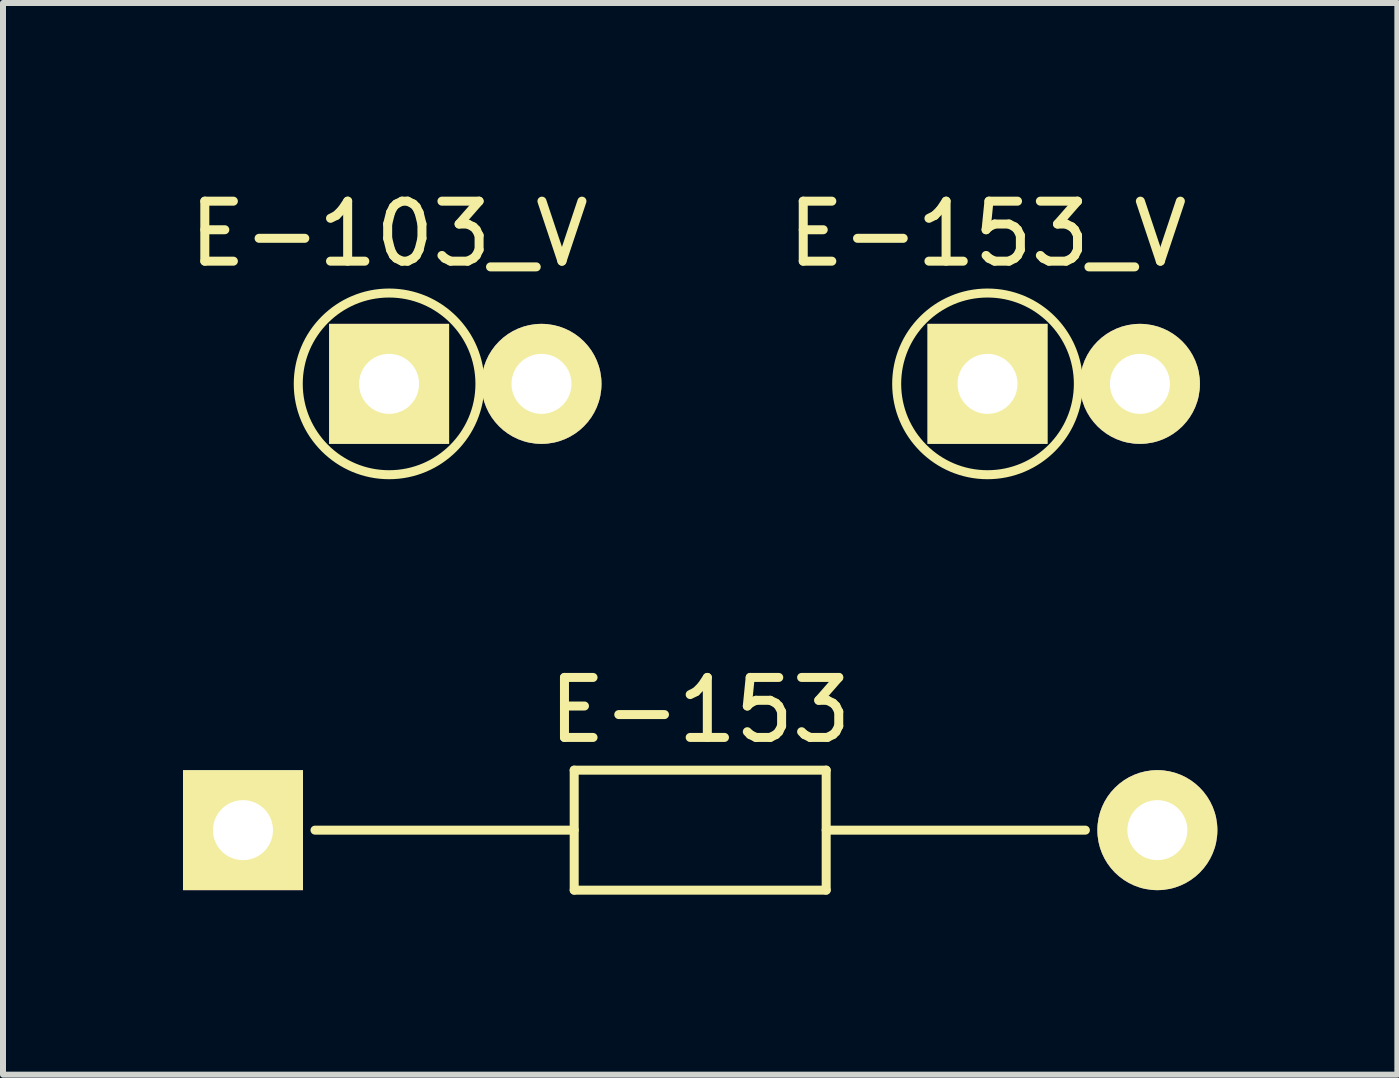
<source format=kicad_pcb>
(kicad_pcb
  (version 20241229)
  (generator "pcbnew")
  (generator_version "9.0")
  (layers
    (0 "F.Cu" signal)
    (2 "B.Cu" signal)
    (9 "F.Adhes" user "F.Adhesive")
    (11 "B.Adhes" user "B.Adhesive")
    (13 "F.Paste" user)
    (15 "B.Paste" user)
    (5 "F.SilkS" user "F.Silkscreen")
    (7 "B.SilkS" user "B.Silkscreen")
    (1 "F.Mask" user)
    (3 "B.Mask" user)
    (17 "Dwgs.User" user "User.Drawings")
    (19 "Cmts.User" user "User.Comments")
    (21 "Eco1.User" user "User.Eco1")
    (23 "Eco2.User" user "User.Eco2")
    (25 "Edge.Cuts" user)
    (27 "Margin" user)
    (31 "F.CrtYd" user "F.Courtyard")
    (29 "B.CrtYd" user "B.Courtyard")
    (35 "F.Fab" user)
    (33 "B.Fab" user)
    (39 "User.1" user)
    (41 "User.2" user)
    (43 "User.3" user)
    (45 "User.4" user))
  (footprint "E-153"
    (layer "F.Cu")
    (at 1 10.786)
    (property "Reference" "E-153" (at 7.62 -2 0) (layer "F.SilkS") (effects (font (size 1 1) (thickness 0.15))))
    (attr through_hole)
    (fp_line (start 1.2 0) (end 5.52 0) (stroke (width 0.15) (type solid)) (layer "F.SilkS"))
    (fp_line (start 5.52 -1) (end 5.52 1) (stroke (width 0.15) (type solid)) (layer "F.SilkS"))
    (fp_line (start 5.52 -1) (end 9.72 -1) (stroke (width 0.15) (type solid)) (layer "F.SilkS"))
    (fp_line (start 5.52 1) (end 9.72 1) (stroke (width 0.15) (type solid)) (layer "F.SilkS"))
    (fp_line (start 9.72 0) (end 14.04 0) (stroke (width 0.15) (type solid)) (layer "F.SilkS"))
    (fp_line (start 9.72 1) (end 9.72 -1) (stroke (width 0.15) (type solid)) (layer "F.SilkS"))
    (pad "1" thru_hole rect (at 0 0) (size 2 2) (drill 1) (layers "*.Cu" "*.Mask" "F.SilkS"))
    (pad "2" thru_hole circle (at 15.24 0) (size 2 2) (drill 1) (layers "*.Cu" "*.Mask" "F.SilkS")))
  (footprint "E-153_V"
    (layer "F.Cu")
    (at 13.409 3.348)
    (property "Reference" "E-153_V" (at 0 -2.5 0) (layer "F.SilkS") (effects (font (size 1 1) (thickness 0.15))))
    (attr through_hole)
    (fp_circle (center 0 0) (end 0 -1.514) (stroke (width 0.15) (type solid)) (fill no) (layer "F.SilkS"))
    (pad "1" thru_hole rect (at 0 0) (size 2 2) (drill 1) (layers "*.Cu" "*.Mask" "F.SilkS"))
    (pad "2" thru_hole circle (at 2.54 0) (size 2 2) (drill 1) (layers "*.Cu" "*.Mask" "F.SilkS")))
  (footprint "E-103_V"
    (layer "F.Cu")
    (at 3.435 3.348)
    (property "Reference" "E-103_V" (at 0 -2.5 0) (layer "F.SilkS") (effects (font (size 1 1) (thickness 0.15))))
    (attr through_hole)
    (fp_circle (center 0 0) (end 0 -1.514) (stroke (width 0.15) (type solid)) (fill no) (layer "F.SilkS"))
    (pad "1" thru_hole rect (at 0 0) (size 2 2) (drill 1) (layers "*.Cu" "*.Mask" "F.SilkS"))
    (pad "2" thru_hole circle (at 2.54 0) (size 2 2) (drill 1) (layers "*.Cu" "*.Mask" "F.SilkS")))
  (gr_rect
    (start -3 -3)
    (end 20.24 14.861)
    (stroke (width 0.1) (type default))
    (fill no)
    (layer "Edge.Cuts")))
</source>
